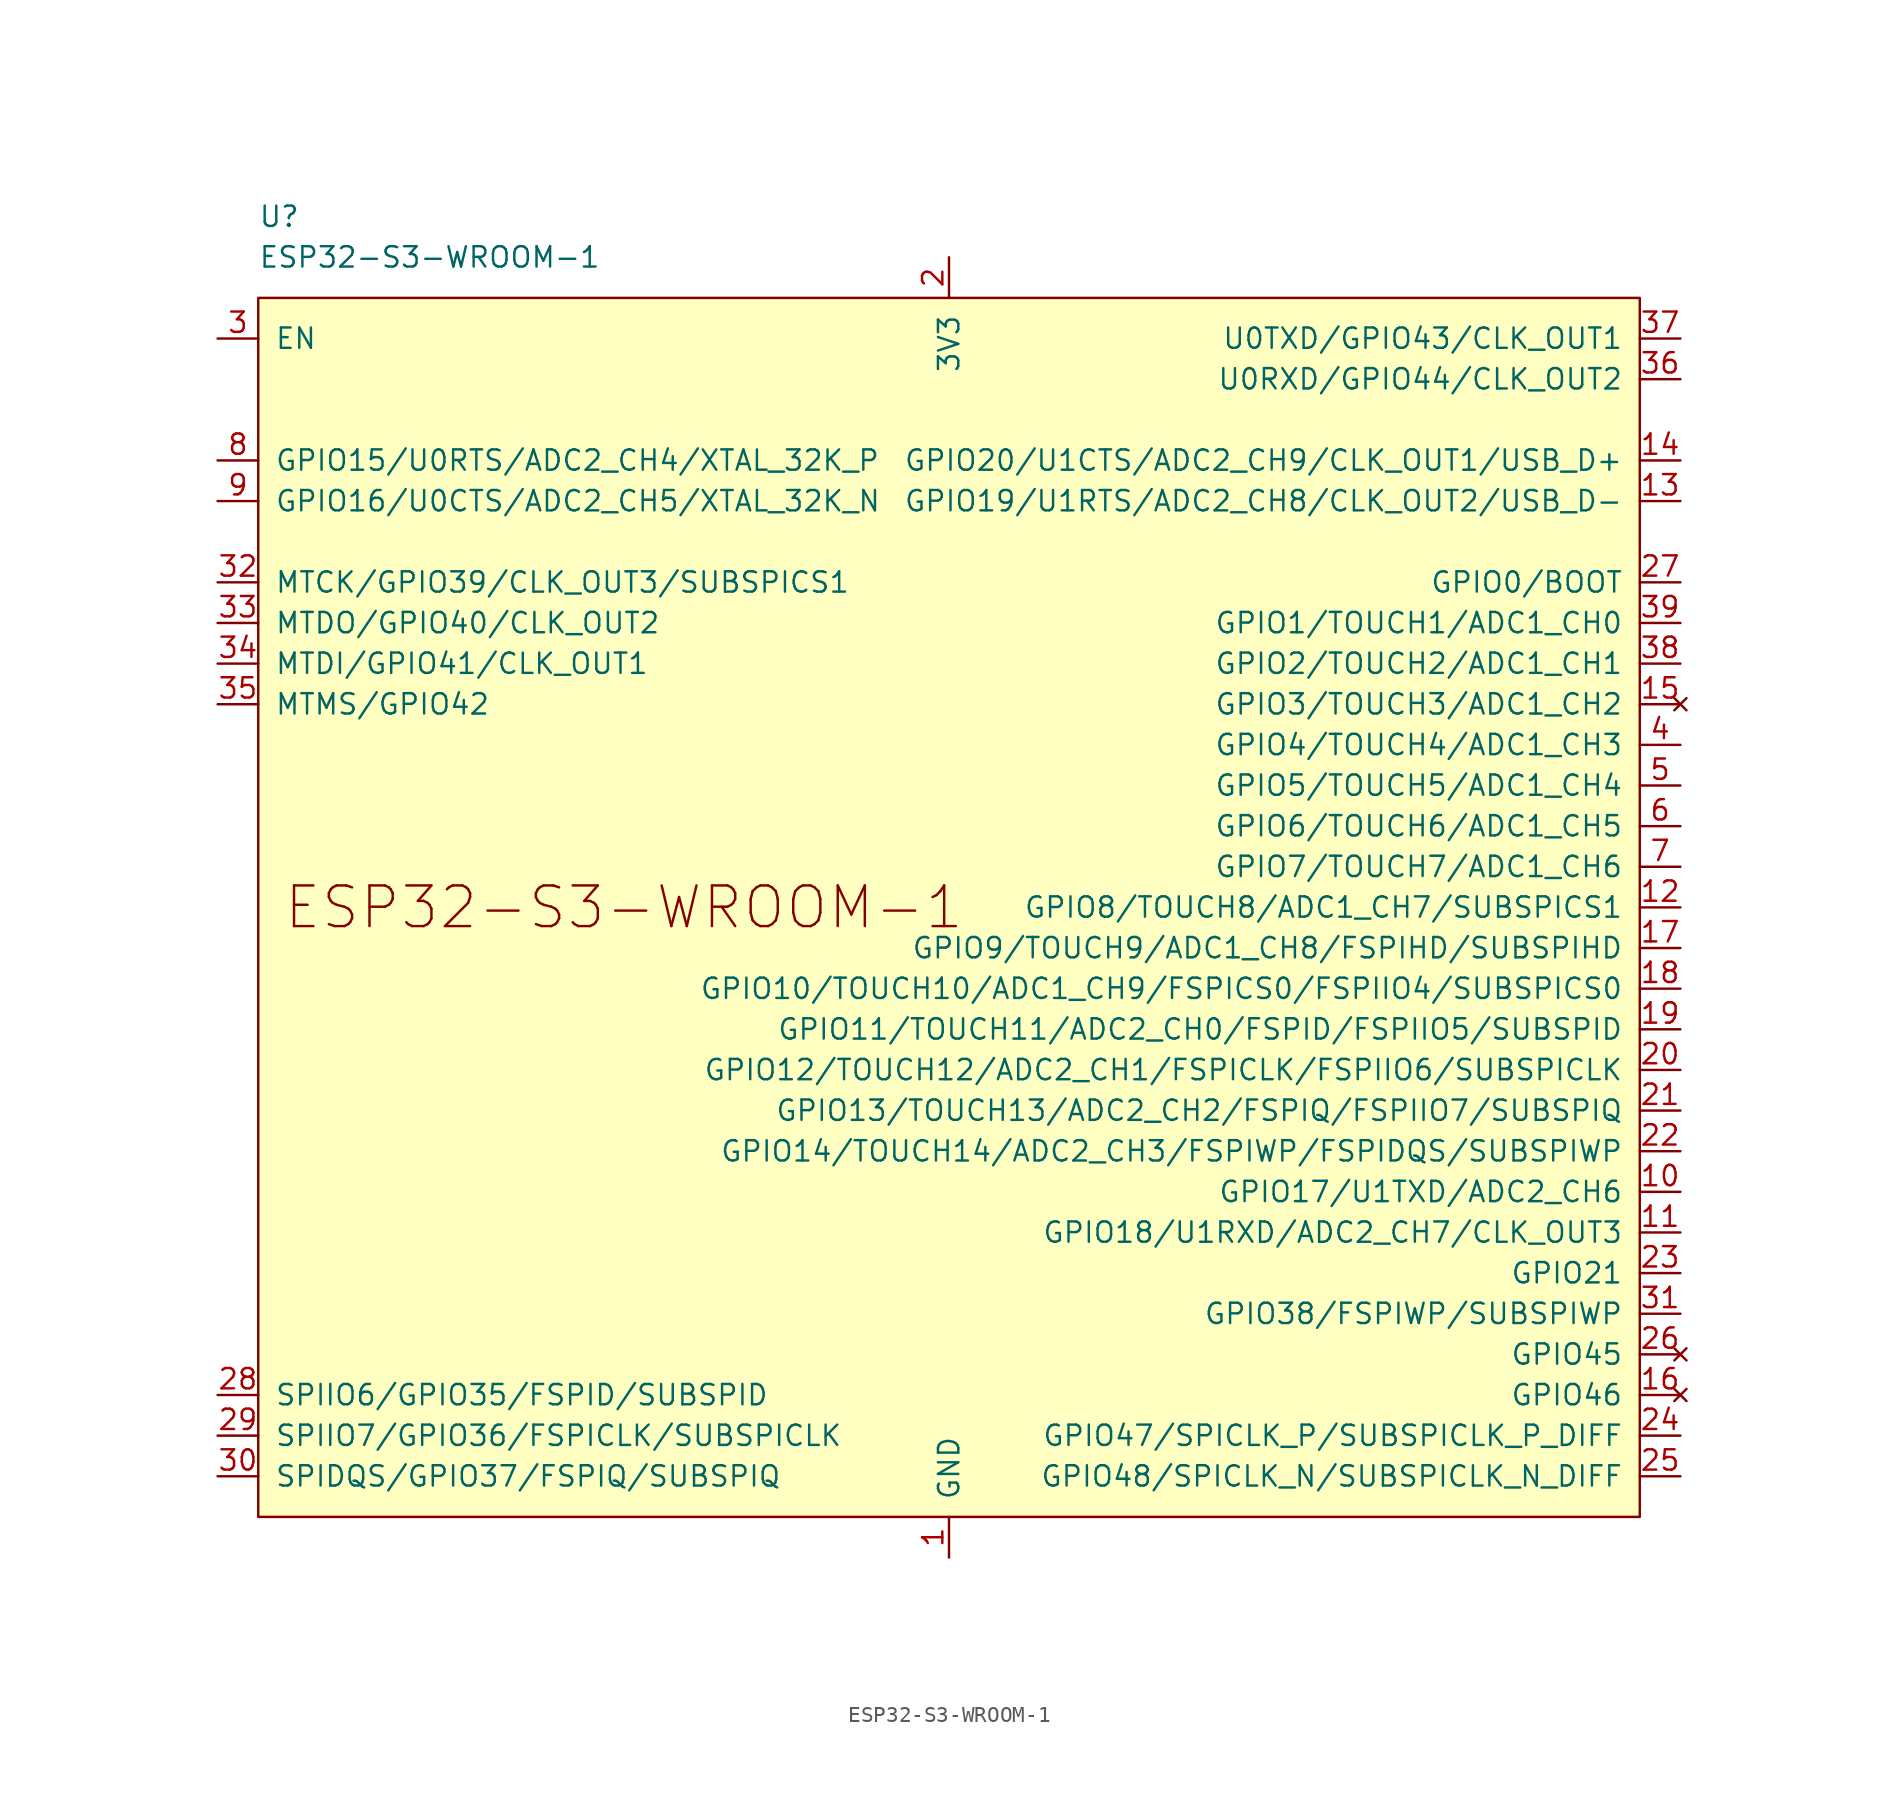
<source format=kicad_sym>
(kicad_symbol_lib
  (version 20220914)
  (generator kicad_symbol_editor)
  (symbol "ESP32-S3-WROOM-1"
    (pin_names
      (offset 1.016))
    (property "Reference" "U"
      (at -43.18 43.18 0)
      (effects (font (size 1.27 1.27)) (justify left)))
    (property "Value" "ESP32-S3-WROOM-1"
      (at -43.18 40.64 0)
      (effects (font (size 1.27 1.27)) (justify left)))
    (symbol "ESP32-S3-WROOM-1_0_0"
      (text "ESP32-S3-WROOM-1" (at -20.32 0 0) (effects (font (size 2.54 2.54))))
      (pin power_in line (at 0 -40.64 90) (length 2.54) (name "GND" (effects (font (size 1.27 1.27)))) (number "1" (effects (font (size 1.27 1.27)))))
      (pin bidirectional line (at 45.72 -17.78 180) (length 2.54) (name "GPIO17/U1TXD/ADC2_CH6" (effects (font (size 1.27 1.27)))) (number "10" (effects (font (size 1.27 1.27)))))
      (pin bidirectional line (at 45.72 -20.32 180) (length 2.54) (name "GPIO18/U1RXD/ADC2_CH7/CLK_OUT3" (effects (font (size 1.27 1.27)))) (number "11" (effects (font (size 1.27 1.27)))))
      (pin bidirectional line (at 45.72 0 180) (length 2.54) (name "GPIO8/TOUCH8/ADC1_CH7/SUBSPICS1" (effects (font (size 1.27 1.27)))) (number "12" (effects (font (size 1.27 1.27)))))
      (pin bidirectional line (at 45.72 25.4 180) (length 2.54) (name "GPIO19/U1RTS/ADC2_CH8/CLK_OUT2/USB_D-" (effects (font (size 1.27 1.27)))) (number "13" (effects (font (size 1.27 1.27)))))
      (pin bidirectional line (at 45.72 27.94 180) (length 2.54) (name "GPIO20/U1CTS/ADC2_CH9/CLK_OUT1/USB_D+" (effects (font (size 1.27 1.27)))) (number "14" (effects (font (size 1.27 1.27)))))
      (pin bidirectional line (at 45.72 -2.54 180) (length 2.54) (name "GPIO9/TOUCH9/ADC1_CH8/FSPIHD/SUBSPIHD" (effects (font (size 1.27 1.27)))) (number "17" (effects (font (size 1.27 1.27)))))
      (pin bidirectional line (at 45.72 -5.08 180) (length 2.54) (name "GPIO10/TOUCH10/ADC1_CH9/FSPICS0/FSPIIO4/SUBSPICS0" (effects (font (size 1.27 1.27)))) (number "18" (effects (font (size 1.27 1.27)))))
      (pin bidirectional line (at 45.72 -7.62 180) (length 2.54) (name "GPIO11/TOUCH11/ADC2_CH0/FSPID/FSPIIO5/SUBSPID" (effects (font (size 1.27 1.27)))) (number "19" (effects (font (size 1.27 1.27)))))
      (pin power_in line (at 0 40.64 270) (length 2.54) (name "3V3" (effects (font (size 1.27 1.27)))) (number "2" (effects (font (size 1.27 1.27)))))
      (pin bidirectional line (at 45.72 -10.16 180) (length 2.54) (name "GPIO12/TOUCH12/ADC2_CH1/FSPICLK/FSPIIO6/SUBSPICLK" (effects (font (size 1.27 1.27)))) (number "20" (effects (font (size 1.27 1.27)))))
      (pin bidirectional line (at 45.72 -12.7 180) (length 2.54) (name "GPIO13/TOUCH13/ADC2_CH2/FSPIQ/FSPIIO7/SUBSPIQ" (effects (font (size 1.27 1.27)))) (number "21" (effects (font (size 1.27 1.27)))))
      (pin bidirectional line (at 45.72 -15.24 180) (length 2.54) (name "GPIO14/TOUCH14/ADC2_CH3/FSPIWP/FSPIDQS/SUBSPIWP" (effects (font (size 1.27 1.27)))) (number "22" (effects (font (size 1.27 1.27)))))
      (pin bidirectional line (at 45.72 -22.86 180) (length 2.54) (name "GPIO21" (effects (font (size 1.27 1.27)))) (number "23" (effects (font (size 1.27 1.27)))))
      (pin bidirectional line (at 45.72 -33.02 180) (length 2.54) (name "GPIO47/SPICLK_P/SUBSPICLK_P_DIFF" (effects (font (size 1.27 1.27)))) (number "24" (effects (font (size 1.27 1.27)))))
      (pin bidirectional line (at 45.72 -35.56 180) (length 2.54) (name "GPIO48/SPICLK_N/SUBSPICLK_N_DIFF" (effects (font (size 1.27 1.27)))) (number "25" (effects (font (size 1.27 1.27)))))
      (pin bidirectional line (at 45.72 20.32 180) (length 2.54) (name "GPIO0/BOOT" (effects (font (size 1.27 1.27)))) (number "27" (effects (font (size 1.27 1.27)))))
      (pin bidirectional line (at -45.72 -30.48 0) (length 2.54) (name "SPIIO6/GPIO35/FSPID/SUBSPID" (effects (font (size 1.27 1.27)))) (number "28" (effects (font (size 1.27 1.27)))))
      (pin bidirectional line (at -45.72 -33.02 0) (length 2.54) (name "SPIIO7/GPIO36/FSPICLK/SUBSPICLK" (effects (font (size 1.27 1.27)))) (number "29" (effects (font (size 1.27 1.27)))))
      (pin input line (at -45.72 35.56 0) (length 2.54) (name "EN" (effects (font (size 1.27 1.27)))) (number "3" (effects (font (size 1.27 1.27)))))
      (pin bidirectional line (at -45.72 -35.56 0) (length 2.54) (name "SPIDQS/GPIO37/FSPIQ/SUBSPIQ" (effects (font (size 1.27 1.27)))) (number "30" (effects (font (size 1.27 1.27)))))
      (pin bidirectional line (at 45.72 -25.4 180) (length 2.54) (name "GPIO38/FSPIWP/SUBSPIWP" (effects (font (size 1.27 1.27)))) (number "31" (effects (font (size 1.27 1.27)))))
      (pin bidirectional line (at -45.72 20.32 0) (length 2.54) (name "MTCK/GPIO39/CLK_OUT3/SUBSPICS1" (effects (font (size 1.27 1.27)))) (number "32" (effects (font (size 1.27 1.27)))))
      (pin bidirectional line (at -45.72 17.78 0) (length 2.54) (name "MTDO/GPIO40/CLK_OUT2" (effects (font (size 1.27 1.27)))) (number "33" (effects (font (size 1.27 1.27)))))
      (pin bidirectional line (at -45.72 15.24 0) (length 2.54) (name "MTDI/GPIO41/CLK_OUT1" (effects (font (size 1.27 1.27)))) (number "34" (effects (font (size 1.27 1.27)))))
      (pin bidirectional line (at -45.72 12.7 0) (length 2.54) (name "MTMS/GPIO42" (effects (font (size 1.27 1.27)))) (number "35" (effects (font (size 1.27 1.27)))))
      (pin bidirectional line (at 45.72 33.02 180) (length 2.54) (name "U0RXD/GPIO44/CLK_OUT2" (effects (font (size 1.27 1.27)))) (number "36" (effects (font (size 1.27 1.27)))))
      (pin bidirectional line (at 45.72 35.56 180) (length 2.54) (name "U0TXD/GPIO43/CLK_OUT1" (effects (font (size 1.27 1.27)))) (number "37" (effects (font (size 1.27 1.27)))))
      (pin bidirectional line (at 45.72 15.24 180) (length 2.54) (name "GPIO2/TOUCH2/ADC1_CH1" (effects (font (size 1.27 1.27)))) (number "38" (effects (font (size 1.27 1.27)))))
      (pin bidirectional line (at 45.72 17.78 180) (length 2.54) (name "GPIO1/TOUCH1/ADC1_CH0" (effects (font (size 1.27 1.27)))) (number "39" (effects (font (size 1.27 1.27)))))
      (pin bidirectional line (at 45.72 10.16 180) (length 2.54) (name "GPIO4/TOUCH4/ADC1_CH3" (effects (font (size 1.27 1.27)))) (number "4" (effects (font (size 1.27 1.27)))))
      (pin passive line (at 0 -40.64 90) (length 2.54) hide (name "GND" (effects (font (size 1.27 1.27)))) (number "40" (effects (font (size 1.27 1.27)))))
      (pin passive line (at 0 -40.64 90) (length 2.54) hide (name "GND" (effects (font (size 1.27 1.27)))) (number "41" (effects (font (size 1.27 1.27)))))
      (pin bidirectional line (at 45.72 7.62 180) (length 2.54) (name "GPIO5/TOUCH5/ADC1_CH4" (effects (font (size 1.27 1.27)))) (number "5" (effects (font (size 1.27 1.27)))))
      (pin bidirectional line (at 45.72 5.08 180) (length 2.54) (name "GPIO6/TOUCH6/ADC1_CH5" (effects (font (size 1.27 1.27)))) (number "6" (effects (font (size 1.27 1.27)))))
      (pin bidirectional line (at 45.72 2.54 180) (length 2.54) (name "GPIO7/TOUCH7/ADC1_CH6" (effects (font (size 1.27 1.27)))) (number "7" (effects (font (size 1.27 1.27)))))
      (pin bidirectional line (at -45.72 27.94 0) (length 2.54) (name "GPIO15/U0RTS/ADC2_CH4/XTAL_32K_P" (effects (font (size 1.27 1.27)))) (number "8" (effects (font (size 1.27 1.27)))))
      (pin bidirectional line (at -45.72 25.4 0) (length 2.54) (name "GPIO16/U0CTS/ADC2_CH5/XTAL_32K_N" (effects (font (size 1.27 1.27)))) (number "9" (effects (font (size 1.27 1.27))))))
    (symbol "ESP32-S3-WROOM-1_0_1"
      (rectangle (start -43.18 38.1) (end 43.18 -38.1) (stroke (width 0) (type default)) (fill (type background))))
    (symbol "ESP32-S3-WROOM-1_1_0"
      (pin no_connect line (at 45.72 12.7 180) (length 2.54) (name "GPIO3/TOUCH3/ADC1_CH2" (effects (font (size 1.27 1.27)))) (number "15" (effects (font (size 1.27 1.27)))))
      (pin no_connect line (at 45.72 -30.48 180) (length 2.54) (name "GPIO46" (effects (font (size 1.27 1.27)))) (number "16" (effects (font (size 1.27 1.27)))))
      (pin no_connect line (at 45.72 -27.94 180) (length 2.54) (name "GPIO45" (effects (font (size 1.27 1.27)))) (number "26" (effects (font (size 1.27 1.27))))))))
</source>
